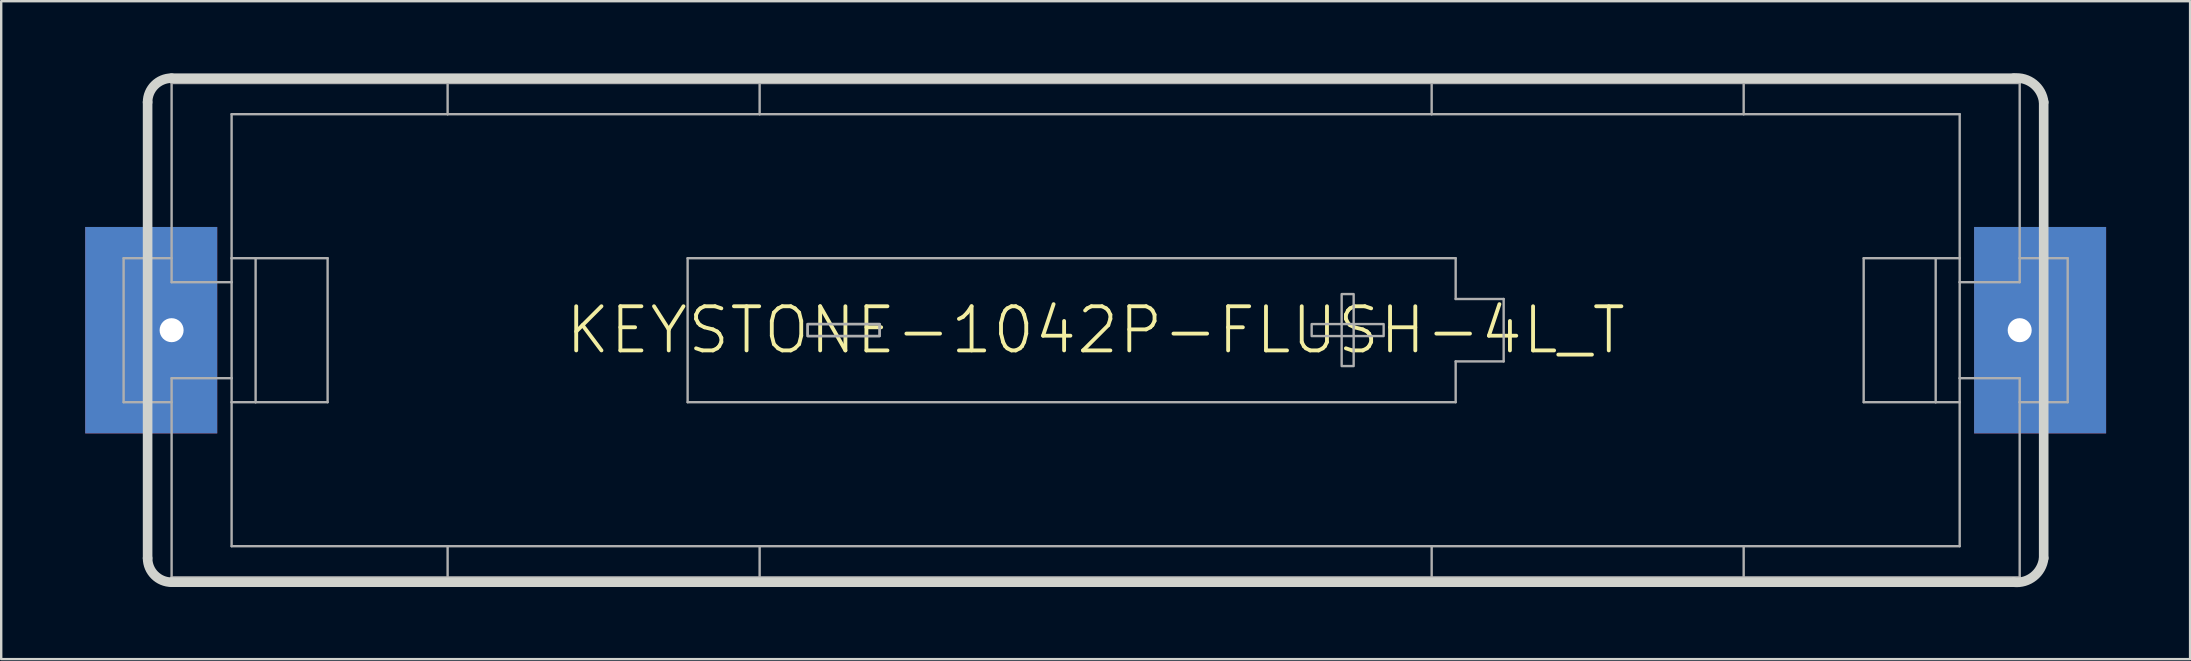
<source format=kicad_pcb>
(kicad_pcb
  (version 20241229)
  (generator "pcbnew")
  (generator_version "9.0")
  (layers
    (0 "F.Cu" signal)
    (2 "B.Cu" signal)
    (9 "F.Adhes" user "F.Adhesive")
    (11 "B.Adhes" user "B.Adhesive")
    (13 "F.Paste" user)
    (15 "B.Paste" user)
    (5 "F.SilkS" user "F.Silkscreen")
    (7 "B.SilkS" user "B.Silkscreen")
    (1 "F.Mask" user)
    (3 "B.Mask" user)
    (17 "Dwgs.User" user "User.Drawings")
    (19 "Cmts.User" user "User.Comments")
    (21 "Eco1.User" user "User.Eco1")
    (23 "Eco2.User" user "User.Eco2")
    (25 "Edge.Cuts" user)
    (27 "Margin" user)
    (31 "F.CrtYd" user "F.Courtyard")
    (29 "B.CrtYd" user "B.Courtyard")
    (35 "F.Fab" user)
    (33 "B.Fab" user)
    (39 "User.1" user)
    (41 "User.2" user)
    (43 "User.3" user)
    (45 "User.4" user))
  (footprint "KEYSTONE-1042P-FLUSH-4L_T"
    (layer "F.Cu")
    (at 42.6 10.707)
    (property "Reference" "KEYSTONE-1042P-FLUSH-4L_T" (at 0 0 0) (unlocked yes) (layer "F.SilkS") (effects (font (size 1.84 1.84) (thickness 0.16))))
    (fp_poly (pts (xy -36.6 4.3) (xy -42.1 4.3) (xy -42.1 -4.3) (xy -36.6 -4.3)) (stroke (width 0) (type default)) (fill yes) (layer "In1.Cu"))
    (fp_poly (pts (xy 42.1 4.3) (xy 36.6 4.3) (xy 36.6 -4.3) (xy 42.1 -4.3)) (stroke (width 0) (type default)) (fill yes) (layer "In1.Cu"))
    (fp_line (start -39.5 -9.5) (end -39.5 9.5) (stroke (width 0.4) (type solid)) (layer "Edge.Cuts"))
    (fp_line (start -38.5 -10.5) (end 38.25 -10.5) (stroke (width 0.4) (type solid)) (layer "Edge.Cuts"))
    (fp_line (start 38.25 10.5) (end -38.5 10.5) (stroke (width 0.4) (type solid)) (layer "Edge.Cuts"))
    (fp_line (start 39.5 -9.5) (end 39.5 9.5) (stroke (width 0.4) (type solid)) (layer "Edge.Cuts"))
    (fp_arc (start -39.5 -9.5) (mid -39.207107 -10.207107) (end -38.5 -10.5) (stroke (width 0.4) (type solid)) (layer "Edge.Cuts"))
    (fp_arc (start -38.5 10.5) (mid -39.207107 10.207107) (end -39.5 9.5) (stroke (width 0.4) (type solid)) (layer "Edge.Cuts"))
    (fp_arc (start 38.25 -10.5) (mid 39.082107 -10.258883) (end 39.5 -9.5) (stroke (width 0.4) (type solid)) (layer "Edge.Cuts"))
    (fp_arc (start 39.5 9.5) (mid 39.082107 10.258883) (end 38.25 10.5) (stroke (width 0.4) (type solid)) (layer "Edge.Cuts"))
    (fp_poly (pts (xy -36.6 4.3) (xy -42.1 4.3) (xy -42.1 -4.3) (xy -36.6 -4.3)) (stroke (width 0) (type default)) (fill yes) (layer "In14.Cu"))
    (fp_poly (pts (xy 42.1 4.3) (xy 36.6 4.3) (xy 36.6 -4.3) (xy 42.1 -4.3)) (stroke (width 0) (type default)) (fill yes) (layer "In14.Cu"))
    (fp_line (start -40.5 -3) (end -40.5 3) (stroke (width 0.1) (type solid)) (layer "F.Fab"))
    (fp_line (start -40.5 -3) (end -38.5 -3) (stroke (width 0.1) (type solid)) (layer "F.Fab"))
    (fp_line (start -38.5 -10.3) (end -38.5 -2) (stroke (width 0.1) (type solid)) (layer "F.Fab"))
    (fp_line (start -38.5 -10.3) (end -27 -10.3) (stroke (width 0.1) (type solid)) (layer "F.Fab"))
    (fp_line (start -38.5 -2) (end -36 -2) (stroke (width 0.1) (type solid)) (layer "F.Fab"))
    (fp_line (start -38.5 2) (end -36 2) (stroke (width 0.1) (type solid)) (layer "F.Fab"))
    (fp_line (start -38.5 3) (end -40.5 3) (stroke (width 0.1) (type solid)) (layer "F.Fab"))
    (fp_line (start -38.5 10.3) (end -38.5 2) (stroke (width 0.1) (type solid)) (layer "F.Fab"))
    (fp_line (start -38.5 10.3) (end -27 10.3) (stroke (width 0.1) (type solid)) (layer "F.Fab"))
    (fp_line (start -36 -3) (end -36 -9) (stroke (width 0.1) (type solid)) (layer "F.Fab"))
    (fp_line (start -36 -2) (end -36 -3) (stroke (width 0.1) (type solid)) (layer "F.Fab"))
    (fp_line (start -36 2) (end -36 -2) (stroke (width 0.1) (type solid)) (layer "F.Fab"))
    (fp_line (start -36 2) (end -36 3) (stroke (width 0.1) (type solid)) (layer "F.Fab"))
    (fp_line (start -36 3) (end -36 9) (stroke (width 0.1) (type solid)) (layer "F.Fab"))
    (fp_line (start -35 -3) (end -36 -3) (stroke (width 0.1) (type solid)) (layer "F.Fab"))
    (fp_line (start -35 3) (end -36 3) (stroke (width 0.1) (type solid)) (layer "F.Fab"))
    (fp_line (start -35 3) (end -35 -3) (stroke (width 0.1) (type solid)) (layer "F.Fab"))
    (fp_line (start -35 3) (end -32 3) (stroke (width 0.1) (type solid)) (layer "F.Fab"))
    (fp_line (start -32 -3) (end -35 -3) (stroke (width 0.1) (type solid)) (layer "F.Fab"))
    (fp_line (start -32 3) (end -32 -3) (stroke (width 0.1) (type solid)) (layer "F.Fab"))
    (fp_line (start -27 -10.3) (end -27 -9) (stroke (width 0.1) (type solid)) (layer "F.Fab"))
    (fp_line (start -27 -10.3) (end -14 -10.3) (stroke (width 0.1) (type solid)) (layer "F.Fab"))
    (fp_line (start -27 -9) (end -36 -9) (stroke (width 0.1) (type solid)) (layer "F.Fab"))
    (fp_line (start -27 9) (end -36 9) (stroke (width 0.1) (type solid)) (layer "F.Fab"))
    (fp_line (start -27 9) (end -27 10.3) (stroke (width 0.1) (type solid)) (layer "F.Fab"))
    (fp_line (start -27 10.3) (end -14 10.3) (stroke (width 0.1) (type solid)) (layer "F.Fab"))
    (fp_line (start -17 -3) (end -17 3) (stroke (width 0.1) (type solid)) (layer "F.Fab"))
    (fp_line (start -17 -3) (end 15 -3) (stroke (width 0.1) (type solid)) (layer "F.Fab"))
    (fp_line (start -17 3) (end 15 3) (stroke (width 0.1) (type solid)) (layer "F.Fab"))
    (fp_line (start -14 -10.3) (end 14 -10.3) (stroke (width 0.1) (type solid)) (layer "F.Fab"))
    (fp_line (start -14 -9) (end -27 -9) (stroke (width 0.1) (type solid)) (layer "F.Fab"))
    (fp_line (start -14 -9) (end -14 -10.3) (stroke (width 0.1) (type solid)) (layer "F.Fab"))
    (fp_line (start -14 9) (end -27 9) (stroke (width 0.1) (type solid)) (layer "F.Fab"))
    (fp_line (start -14 9) (end -14 10.3) (stroke (width 0.1) (type solid)) (layer "F.Fab"))
    (fp_line (start -14 10.3) (end 14 10.3) (stroke (width 0.1) (type solid)) (layer "F.Fab"))
    (fp_line (start 14 -10.3) (end 14 -9) (stroke (width 0.1) (type solid)) (layer "F.Fab"))
    (fp_line (start 14 -10.3) (end 27 -10.3) (stroke (width 0.1) (type solid)) (layer "F.Fab"))
    (fp_line (start 14 -9) (end -14 -9) (stroke (width 0.1) (type solid)) (layer "F.Fab"))
    (fp_line (start 14 9) (end -14 9) (stroke (width 0.1) (type solid)) (layer "F.Fab"))
    (fp_line (start 14 9) (end 14 10.3) (stroke (width 0.1) (type solid)) (layer "F.Fab"))
    (fp_line (start 14 10.3) (end 27 10.3) (stroke (width 0.1) (type solid)) (layer "F.Fab"))
    (fp_line (start 15 -3) (end 15 -1.3) (stroke (width 0.1) (type solid)) (layer "F.Fab"))
    (fp_line (start 15 1.3) (end 17 1.3) (stroke (width 0.1) (type solid)) (layer "F.Fab"))
    (fp_line (start 15 3) (end 15 1.3) (stroke (width 0.1) (type solid)) (layer "F.Fab"))
    (fp_line (start 17 -1.3) (end 15 -1.3) (stroke (width 0.1) (type solid)) (layer "F.Fab"))
    (fp_line (start 17 1.3) (end 17 -1.3) (stroke (width 0.1) (type solid)) (layer "F.Fab"))
    (fp_line (start 27 -10.3) (end 27 -9) (stroke (width 0.1) (type solid)) (layer "F.Fab"))
    (fp_line (start 27 -10.3) (end 38.5 -10.3) (stroke (width 0.1) (type solid)) (layer "F.Fab"))
    (fp_line (start 27 -9) (end 14 -9) (stroke (width 0.1) (type solid)) (layer "F.Fab"))
    (fp_line (start 27 9) (end 14 9) (stroke (width 0.1) (type solid)) (layer "F.Fab"))
    (fp_line (start 27 9) (end 27 10.3) (stroke (width 0.1) (type solid)) (layer "F.Fab"))
    (fp_line (start 27 10.3) (end 38.5 10.3) (stroke (width 0.1) (type solid)) (layer "F.Fab"))
    (fp_line (start 32 -3) (end 32 3) (stroke (width 0.1) (type solid)) (layer "F.Fab"))
    (fp_line (start 32 3) (end 35 3) (stroke (width 0.1) (type solid)) (layer "F.Fab"))
    (fp_line (start 35 -3) (end 32 -3) (stroke (width 0.1) (type solid)) (layer "F.Fab"))
    (fp_line (start 35 -3) (end 36 -3) (stroke (width 0.1) (type solid)) (layer "F.Fab"))
    (fp_line (start 35 3) (end 35 -3) (stroke (width 0.1) (type solid)) (layer "F.Fab"))
    (fp_line (start 35 3) (end 36 3) (stroke (width 0.1) (type solid)) (layer "F.Fab"))
    (fp_line (start 36 -9) (end 27 -9) (stroke (width 0.1) (type solid)) (layer "F.Fab"))
    (fp_line (start 36 -3) (end 36 -9) (stroke (width 0.1) (type solid)) (layer "F.Fab"))
    (fp_line (start 36 -2) (end 36 -3) (stroke (width 0.1) (type solid)) (layer "F.Fab"))
    (fp_line (start 36 2) (end 36 -2) (stroke (width 0.1) (type solid)) (layer "F.Fab"))
    (fp_line (start 36 2) (end 36 3) (stroke (width 0.1) (type solid)) (layer "F.Fab"))
    (fp_line (start 36 3) (end 36 9) (stroke (width 0.1) (type solid)) (layer "F.Fab"))
    (fp_line (start 36 9) (end 27 9) (stroke (width 0.1) (type solid)) (layer "F.Fab"))
    (fp_line (start 38.5 -10.3) (end 38.5 -3) (stroke (width 0.1) (type solid)) (layer "F.Fab"))
    (fp_line (start 38.5 -3) (end 38.5 -2) (stroke (width 0.1) (type solid)) (layer "F.Fab"))
    (fp_line (start 38.5 -3) (end 40.5 -3) (stroke (width 0.1) (type solid)) (layer "F.Fab"))
    (fp_line (start 38.5 -2) (end 36 -2) (stroke (width 0.1) (type solid)) (layer "F.Fab"))
    (fp_line (start 38.5 2) (end 36 2) (stroke (width 0.1) (type solid)) (layer "F.Fab"))
    (fp_line (start 38.5 2) (end 38.5 3) (stroke (width 0.1) (type solid)) (layer "F.Fab"))
    (fp_line (start 38.5 3) (end 38.5 10.3) (stroke (width 0.1) (type solid)) (layer "F.Fab"))
    (fp_line (start 40.5 -3) (end 40.5 3) (stroke (width 0.1) (type solid)) (layer "F.Fab"))
    (fp_line (start 40.5 3) (end 38.5 3) (stroke (width 0.1) (type solid)) (layer "F.Fab"))
    (fp_poly (pts (xy -9 -0.254) (xy -12 -0.254) (xy -12 0.246) (xy -9 0.246)) (stroke (width 0.1) (type default)) (fill no) (layer "F.Fab"))
    (fp_poly (pts (xy -9 -0.254) (xy -12 -0.254) (xy -12 0.246) (xy -9 0.246)) (stroke (width 0.1) (type default)) (fill no) (layer "F.Fab"))
    (fp_poly (pts (xy 10.75 -1.504) (xy 10.25 -1.504) (xy 10.25 1.496) (xy 10.75 1.496)) (stroke (width 0.1) (type default)) (fill no) (layer "F.Fab"))
    (fp_poly (pts (xy 12 -0.254) (xy 9 -0.254) (xy 9 0.246) (xy 12 0.246)) (stroke (width 0.1) (type default)) (fill no) (layer "F.Fab"))
    (pad "M" thru_hole circle (at -38.5 0) (size 2 2) (drill 1) (layers "*.Cu"))
    (pad "M1" smd rect (at -39.35 0 90) (size 8.6 5.5) (layers "F.Cu" "F.Mask"))
    (pad "M2" smd rect (at -39.35 0 90) (size 8.6 5.5) (layers "B.Cu" "B.Mask"))
    (pad "P" thru_hole circle (at 38.5 0) (size 2 2) (drill 1) (layers "*.Cu"))
    (pad "P1" smd rect (at 39.35 0 90) (size 8.6 5.5) (layers "F.Cu" "F.Mask"))
    (pad "P2" smd rect (at 39.35 0 90) (size 8.6 5.5) (layers "B.Cu" "B.Mask"))
    (zone (net_name "") (layer "F.Cu") (hatch edge 0.5) (connect_pads) (min_thickness 0.25) (filled_areas_thickness no) (keepout (tracks allowed) (vias allowed) (pads allowed) (copperpour not_allowed) (footprints allowed)) (placement (enabled no)) (fill) (polygon (pts (xy 0 15.507) (xy 6.5 15.507) (xy 6.5 5.907) (xy 0 5.907))))
    (zone (net_name "") (layer "F.Cu") (hatch edge 0.5) (connect_pads) (min_thickness 0.25) (filled_areas_thickness no) (keepout (tracks allowed) (vias allowed) (pads allowed) (copperpour not_allowed) (footprints allowed)) (placement (enabled no)) (fill) (polygon (pts (xy 85.2 5.907) (xy 78.7 5.907) (xy 78.7 15.507) (xy 85.2 15.507))))
    (zone (net_name "") (layer "B.Cu") (hatch edge 0.5) (connect_pads) (min_thickness 0.25) (filled_areas_thickness no) (keepout (tracks allowed) (vias allowed) (pads allowed) (copperpour not_allowed) (footprints allowed)) (placement (enabled no)) (fill) (polygon (pts (xy 0 15.507) (xy 6.5 15.507) (xy 6.5 5.907) (xy 0 5.907))))
    (zone (net_name "") (layer "B.Cu") (hatch edge 0.5) (connect_pads) (min_thickness 0.25) (filled_areas_thickness no) (keepout (tracks allowed) (vias allowed) (pads allowed) (copperpour not_allowed) (footprints allowed)) (placement (enabled no)) (fill) (polygon (pts (xy 85.2 5.907) (xy 78.7 5.907) (xy 78.7 15.507) (xy 85.2 15.507))))
    (zone (net_name "") (layer "In1.Cu") (hatch edge 0.5) (connect_pads) (min_thickness 0.25) (filled_areas_thickness no) (keepout (tracks allowed) (vias allowed) (pads allowed) (copperpour not_allowed) (footprints allowed)) (placement (enabled no)) (fill) (polygon (pts (xy 0 15.507) (xy 6.5 15.507) (xy 6.5 5.907) (xy 0 5.907))))
    (zone (net_name "") (layer "In1.Cu") (hatch edge 0.5) (connect_pads) (min_thickness 0.25) (filled_areas_thickness no) (keepout (tracks allowed) (vias allowed) (pads allowed) (copperpour not_allowed) (footprints allowed)) (placement (enabled no)) (fill) (polygon (pts (xy 85.2 5.907) (xy 78.7 5.907) (xy 78.7 15.507) (xy 85.2 15.507))))
    (zone (net_name "") (layer "In14.Cu") (hatch edge 0.5) (connect_pads) (min_thickness 0.25) (filled_areas_thickness no) (keepout (tracks allowed) (vias allowed) (pads allowed) (copperpour not_allowed) (footprints allowed)) (placement (enabled no)) (fill) (polygon (pts (xy 0 15.507) (xy 6.5 15.507) (xy 6.5 5.907) (xy 0 5.907))))
    (zone (net_name "") (layer "In14.Cu") (hatch edge 0.5) (connect_pads) (min_thickness 0.25) (filled_areas_thickness no) (keepout (tracks allowed) (vias allowed) (pads allowed) (copperpour not_allowed) (footprints allowed)) (placement (enabled no)) (fill) (polygon (pts (xy 85.2 5.907) (xy 78.7 5.907) (xy 78.7 15.507) (xy 85.2 15.507)))))
  (gr_rect
    (start -3 -3)
    (end 88.2 24.414)
    (stroke (width 0.1) (type default))
    (fill no)
    (layer "Edge.Cuts")))
</source>
